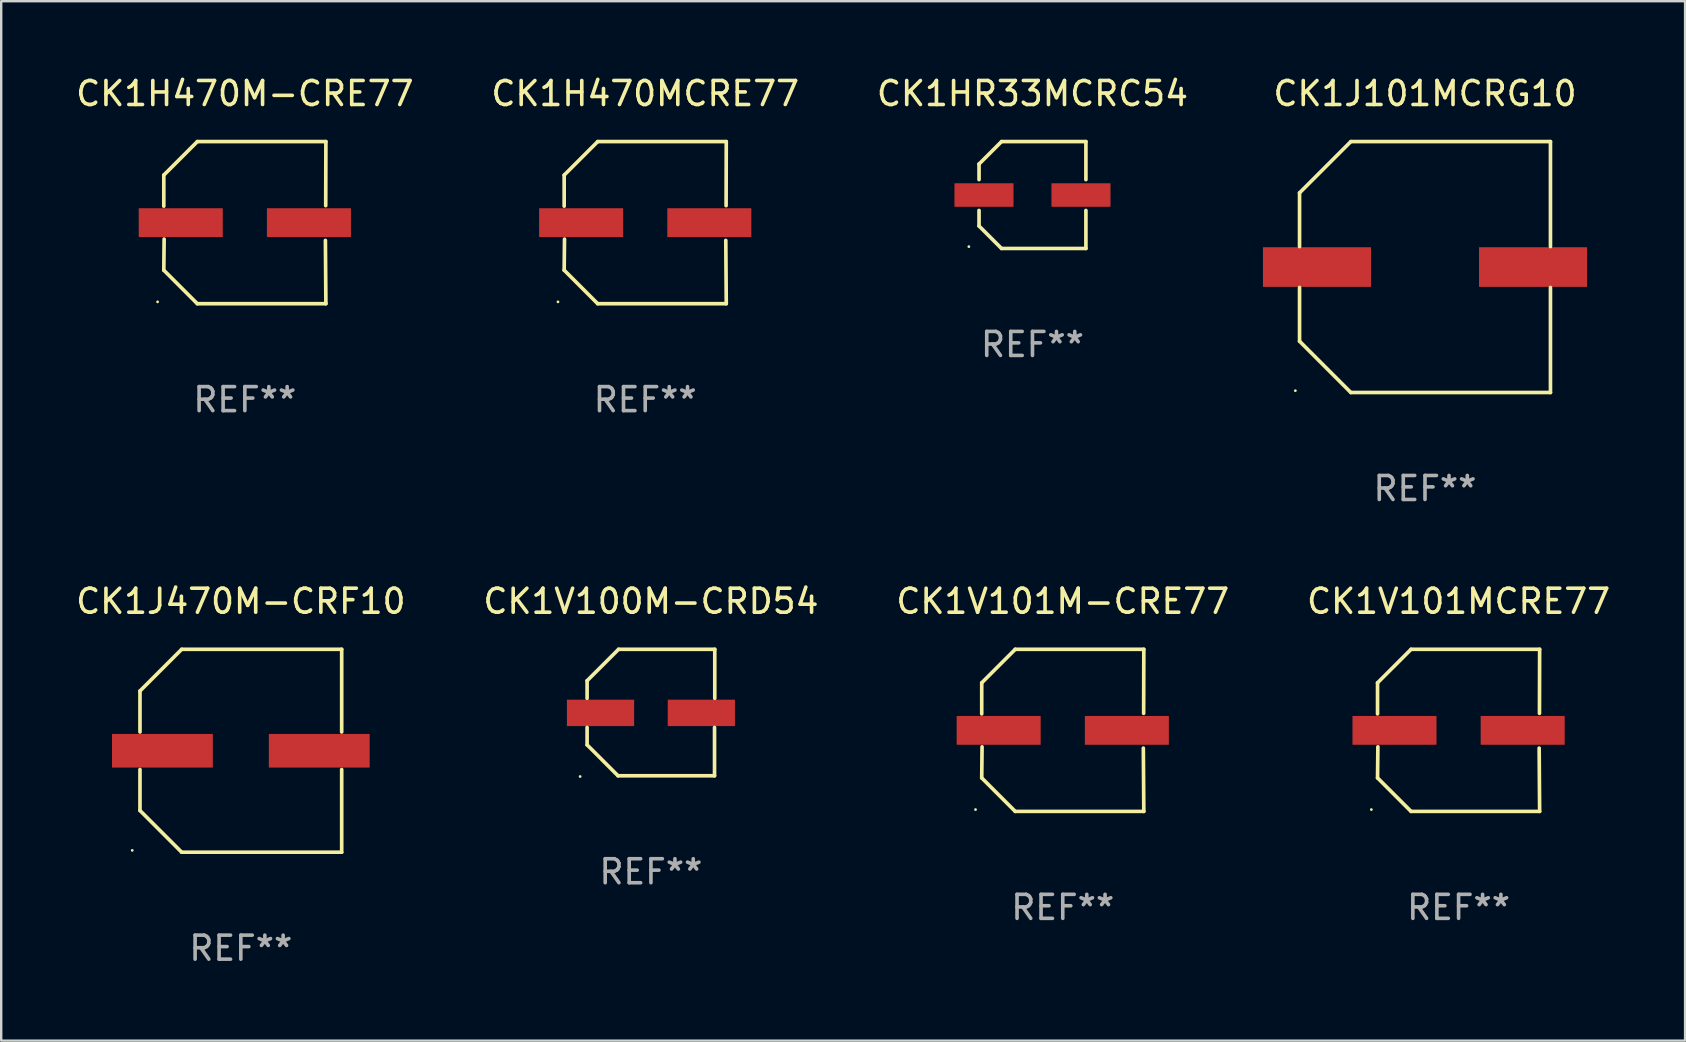
<source format=kicad_pcb>
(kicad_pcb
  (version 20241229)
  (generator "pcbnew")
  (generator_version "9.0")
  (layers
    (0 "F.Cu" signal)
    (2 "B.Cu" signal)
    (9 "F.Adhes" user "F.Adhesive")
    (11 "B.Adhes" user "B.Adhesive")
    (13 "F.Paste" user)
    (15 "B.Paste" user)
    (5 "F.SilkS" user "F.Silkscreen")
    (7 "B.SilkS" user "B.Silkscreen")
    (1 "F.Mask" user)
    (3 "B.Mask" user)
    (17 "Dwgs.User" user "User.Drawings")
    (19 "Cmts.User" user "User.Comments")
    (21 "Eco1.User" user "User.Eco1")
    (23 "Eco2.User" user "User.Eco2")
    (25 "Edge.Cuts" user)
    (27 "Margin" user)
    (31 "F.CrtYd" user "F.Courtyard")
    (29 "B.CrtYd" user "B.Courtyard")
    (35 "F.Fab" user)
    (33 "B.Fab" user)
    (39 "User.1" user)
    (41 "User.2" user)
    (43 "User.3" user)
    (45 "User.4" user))
  (footprint "CK1H470M-CRE77"
    (layer "F.Cu")
    (at 7.149 6.224)
    (property "Reference" "CK1H470M-CRE77" (at 0 -5.376 0) (layer "F.SilkS") (effects (font (size 1 1) (thickness 0.15))))
    (attr through_hole)
    (fp_line (start -3.376 -1.98) (end -3.376 -0.686) (stroke (width 0.152) (type solid)) (layer "F.SilkS"))
    (fp_line (start -3.376 1.981) (end -3.362 0.686) (stroke (width 0.152) (type solid)) (layer "F.SilkS"))
    (fp_line (start -1.981 3.376) (end -3.376 1.981) (stroke (width 0.152) (type solid)) (layer "F.SilkS"))
    (fp_line (start -1.98 -3.376) (end -3.376 -1.98) (stroke (width 0.152) (type solid)) (layer "F.SilkS"))
    (fp_line (start 3.356 0.74) (end 3.376 3.376) (stroke (width 0.152) (type solid)) (layer "F.SilkS"))
    (fp_line (start 3.369 -0.707) (end 3.376 -3.376) (stroke (width 0.152) (type solid)) (layer "F.SilkS"))
    (fp_line (start 3.376 3.376) (end -1.981 3.376) (stroke (width 0.152) (type solid)) (layer "F.SilkS"))
    (fp_line (start 3.376 -3.376) (end -1.98 -3.376) (stroke (width 0.152) (type solid)) (layer "F.SilkS"))
    (fp_circle (center -3.634 3.3) (end -3.604 3.3) (stroke (width 0.06) (type solid)) (fill no) (layer "F.SilkS"))
    (fp_text user "REF**" (at 0 7.376 0) (layer "F.Fab") (effects (font (size 1 1) (thickness 0.15))))
    (pad "1" smd rect (at -2.67 0.000254) (size 3.5 1.2) (layers "F.Cu" "F.Mask" "F.Paste"))
    (pad "2" smd rect (at 2.67 0.000254) (size 3.5 1.2) (layers "F.Cu" "F.Mask" "F.Paste")))
  (footprint "CK1J101MCRG10"
    (layer "F.Cu")
    (at 56.309 8.074)
    (property "Reference" "CK1J101MCRG10" (at 0 -7.226 0) (layer "F.SilkS") (effects (font (size 1 1) (thickness 0.15))))
    (attr through_hole)
    (fp_line (start -5.226 -3.09) (end -5.226 -0.852) (stroke (width 0.152) (type solid)) (layer "F.SilkS"))
    (fp_line (start -5.226 3.09) (end -5.226 0.852) (stroke (width 0.152) (type solid)) (layer "F.SilkS"))
    (fp_line (start -3.09 -5.226) (end -5.226 -3.09) (stroke (width 0.152) (type solid)) (layer "F.SilkS"))
    (fp_line (start -3.09 5.226) (end -5.226 3.09) (stroke (width 0.152) (type solid)) (layer "F.SilkS"))
    (fp_line (start 5.226 -5.226) (end -3.09 -5.226) (stroke (width 0.152) (type solid)) (layer "F.SilkS"))
    (fp_line (start 5.226 -0.852) (end 5.226 -5.226) (stroke (width 0.152) (type solid)) (layer "F.SilkS"))
    (fp_line (start 5.226 0.852) (end 5.226 5.226) (stroke (width 0.152) (type solid)) (layer "F.SilkS"))
    (fp_line (start 5.226 5.226) (end -3.09 5.226) (stroke (width 0.152) (type solid)) (layer "F.SilkS"))
    (fp_circle (center -5.401 5.15) (end -5.371 5.15) (stroke (width 0.06) (type solid)) (fill no) (layer "F.SilkS"))
    (fp_text user "REF**" (at 0 9.226 0) (layer "F.Fab") (effects (font (size 1 1) (thickness 0.15))))
    (pad "1" smd rect (at -4.5 0) (size 4.5 1.65) (layers "F.Cu" "F.Mask" "F.Paste"))
    (pad "2" smd rect (at 4.5 0) (size 4.5 1.65) (layers "F.Cu" "F.Mask" "F.Paste")))
  (footprint "CK1J470M-CRF10"
    (layer "F.Cu")
    (at 6.982 28.223)
    (property "Reference" "CK1J470M-CRF10" (at 0 -6.226 0) (layer "F.SilkS") (effects (font (size 1 1) (thickness 0.15))))
    (attr through_hole)
    (fp_line (start -4.201 -2.49) (end -4.201 -0.782) (stroke (width 0.152) (type solid)) (layer "F.SilkS"))
    (fp_line (start -4.201 2.49) (end -4.201 0.782) (stroke (width 0.152) (type solid)) (layer "F.SilkS"))
    (fp_line (start -2.465 -4.226) (end -4.201 -2.49) (stroke (width 0.152) (type solid)) (layer "F.SilkS"))
    (fp_line (start -2.465 4.226) (end -4.201 2.49) (stroke (width 0.152) (type solid)) (layer "F.SilkS"))
    (fp_line (start 4.201 -4.226) (end -2.465 -4.226) (stroke (width 0.152) (type solid)) (layer "F.SilkS"))
    (fp_line (start 4.201 -0.782) (end 4.201 -4.226) (stroke (width 0.152) (type solid)) (layer "F.SilkS"))
    (fp_line (start 4.201 0.782) (end 4.201 4.226) (stroke (width 0.152) (type solid)) (layer "F.SilkS"))
    (fp_line (start 4.201 4.226) (end -2.465 4.226) (stroke (width 0.152) (type solid)) (layer "F.SilkS"))
    (fp_circle (center -4.524 4.15) (end -4.494 4.15) (stroke (width 0.06) (type solid)) (fill no) (layer "F.SilkS"))
    (fp_text user "REF**" (at 0 8.226 0) (layer "F.Fab") (effects (font (size 1 1) (thickness 0.15))))
    (pad "1" smd rect (at -3.267 0) (size 4.2 1.4) (layers "F.Cu" "F.Mask" "F.Paste"))
    (pad "2" smd rect (at 3.267 0) (size 4.2 1.4) (layers "F.Cu" "F.Mask" "F.Paste")))
  (footprint "CK1V100M-CRD54"
    (layer "F.Cu")
    (at 24.065 26.631)
    (property "Reference" "CK1V100M-CRD54" (at 0 -4.634 0) (layer "F.SilkS") (effects (font (size 1 1) (thickness 0.15))))
    (attr through_hole)
    (fp_line (start -2.659 -1.326) (end -2.659 -0.592) (stroke (width 0.152) (type solid)) (layer "F.SilkS"))
    (fp_line (start -2.659 1.346) (end -2.659 0.622) (stroke (width 0.152) (type solid)) (layer "F.SilkS"))
    (fp_line (start -1.372 2.634) (end -2.659 1.346) (stroke (width 0.152) (type solid)) (layer "F.SilkS"))
    (fp_line (start -1.349 -2.634) (end -2.659 -1.326) (stroke (width 0.152) (type solid)) (layer "F.SilkS"))
    (fp_line (start 2.649 0.622) (end 2.649 2.634) (stroke (width 0.152) (type solid)) (layer "F.SilkS"))
    (fp_line (start 2.649 2.634) (end -1.372 2.634) (stroke (width 0.152) (type solid)) (layer "F.SilkS"))
    (fp_line (start 2.659 -2.634) (end -1.349 -2.634) (stroke (width 0.152) (type solid)) (layer "F.SilkS"))
    (fp_line (start 2.659 -0.592) (end 2.659 -2.634) (stroke (width 0.152) (type solid)) (layer "F.SilkS"))
    (fp_circle (center -2.95 2.665) (end -2.92 2.665) (stroke (width 0.06) (type solid)) (fill no) (layer "F.SilkS"))
    (fp_text user "REF**" (at 0 6.634 0) (layer "F.Fab") (effects (font (size 1 1) (thickness 0.15))))
    (pad "1" smd rect (at -2.1 0.015) (size 2.8 1.1) (layers "F.Cu" "F.Mask" "F.Paste"))
    (pad "2" smd rect (at 2.1 0.015) (size 2.8 1.1) (layers "F.Cu" "F.Mask" "F.Paste")))
  (footprint "CK1H470MCRE77"
    (layer "F.Cu")
    (at 23.827 6.224)
    (property "Reference" "CK1H470MCRE77" (at 0 -5.376 0) (layer "F.SilkS") (effects (font (size 1 1) (thickness 0.15))))
    (attr through_hole)
    (fp_line (start -3.376 -1.98) (end -3.376 -0.686) (stroke (width 0.152) (type solid)) (layer "F.SilkS"))
    (fp_line (start -3.376 1.981) (end -3.362 0.686) (stroke (width 0.152) (type solid)) (layer "F.SilkS"))
    (fp_line (start -1.981 3.376) (end -3.376 1.981) (stroke (width 0.152) (type solid)) (layer "F.SilkS"))
    (fp_line (start -1.98 -3.376) (end -3.376 -1.98) (stroke (width 0.152) (type solid)) (layer "F.SilkS"))
    (fp_line (start 3.356 0.74) (end 3.376 3.376) (stroke (width 0.152) (type solid)) (layer "F.SilkS"))
    (fp_line (start 3.369 -0.707) (end 3.376 -3.376) (stroke (width 0.152) (type solid)) (layer "F.SilkS"))
    (fp_line (start 3.376 3.376) (end -1.981 3.376) (stroke (width 0.152) (type solid)) (layer "F.SilkS"))
    (fp_line (start 3.376 -3.376) (end -1.98 -3.376) (stroke (width 0.152) (type solid)) (layer "F.SilkS"))
    (fp_circle (center -3.634 3.3) (end -3.604 3.3) (stroke (width 0.06) (type solid)) (fill no) (layer "F.SilkS"))
    (fp_text user "REF**" (at 0 7.376 0) (layer "F.Fab") (effects (font (size 1 1) (thickness 0.15))))
    (pad "1" smd rect (at -2.67 0.000254) (size 3.5 1.2) (layers "F.Cu" "F.Mask" "F.Paste"))
    (pad "2" smd rect (at 2.67 0.000254) (size 3.5 1.2) (layers "F.Cu" "F.Mask" "F.Paste")))
  (footprint "CK1V101MCRE77"
    (layer "F.Cu")
    (at 57.708 27.373)
    (property "Reference" "CK1V101MCRE77" (at 0 -5.376 0) (layer "F.SilkS") (effects (font (size 1 1) (thickness 0.15))))
    (attr through_hole)
    (fp_line (start -3.376 -1.98) (end -3.376 -0.686) (stroke (width 0.152) (type solid)) (layer "F.SilkS"))
    (fp_line (start -3.376 1.981) (end -3.362 0.686) (stroke (width 0.152) (type solid)) (layer "F.SilkS"))
    (fp_line (start -1.981 3.376) (end -3.376 1.981) (stroke (width 0.152) (type solid)) (layer "F.SilkS"))
    (fp_line (start -1.98 -3.376) (end -3.376 -1.98) (stroke (width 0.152) (type solid)) (layer "F.SilkS"))
    (fp_line (start 3.356 0.74) (end 3.376 3.376) (stroke (width 0.152) (type solid)) (layer "F.SilkS"))
    (fp_line (start 3.369 -0.707) (end 3.376 -3.376) (stroke (width 0.152) (type solid)) (layer "F.SilkS"))
    (fp_line (start 3.376 3.376) (end -1.981 3.376) (stroke (width 0.152) (type solid)) (layer "F.SilkS"))
    (fp_line (start 3.376 -3.376) (end -1.98 -3.376) (stroke (width 0.152) (type solid)) (layer "F.SilkS"))
    (fp_circle (center -3.634 3.3) (end -3.604 3.3) (stroke (width 0.06) (type solid)) (fill no) (layer "F.SilkS"))
    (fp_text user "REF**" (at 0 7.376 0) (layer "F.Fab") (effects (font (size 1 1) (thickness 0.15))))
    (pad "1" smd rect (at -2.67 0.000254) (size 3.5 1.2) (layers "F.Cu" "F.Mask" "F.Paste"))
    (pad "2" smd rect (at 2.67 0.000254) (size 3.5 1.2) (layers "F.Cu" "F.Mask" "F.Paste")))
  (footprint "CK1HR33MCRC54"
    (layer "F.Cu")
    (at 39.958 5.074)
    (property "Reference" "CK1HR33MCRC54" (at 0 -4.226 0) (layer "F.SilkS") (effects (font (size 1 1) (thickness 0.15))))
    (attr through_hole)
    (fp_line (start -2.226 -1.29) (end -1.29 -2.226) (stroke (width 0.152) (type solid)) (layer "F.SilkS"))
    (fp_line (start -2.226 -0.642) (end -2.226 -1.29) (stroke (width 0.152) (type solid)) (layer "F.SilkS"))
    (fp_line (start -2.226 0.642) (end -2.226 1.29) (stroke (width 0.152) (type solid)) (layer "F.SilkS"))
    (fp_line (start -2.226 1.29) (end -1.29 2.226) (stroke (width 0.152) (type solid)) (layer "F.SilkS"))
    (fp_line (start -1.29 -2.226) (end 2.226 -2.226) (stroke (width 0.152) (type solid)) (layer "F.SilkS"))
    (fp_line (start -1.29 2.226) (end 2.226 2.226) (stroke (width 0.152) (type solid)) (layer "F.SilkS"))
    (fp_line (start 2.226 -2.226) (end 2.226 -0.642) (stroke (width 0.152) (type solid)) (layer "F.SilkS"))
    (fp_line (start 2.226 2.226) (end 2.226 0.642) (stroke (width 0.152) (type solid)) (layer "F.SilkS"))
    (fp_circle (center -2.65 2.15) (end -2.62 2.15) (stroke (width 0.06) (type solid)) (fill no) (layer "F.SilkS"))
    (fp_text user "REF**" (at 0 6.226 0) (layer "F.Fab") (effects (font (size 1 1) (thickness 0.15))))
    (pad "1" smd rect (at -2.02 -0.000013) (size 2.46 0.98) (layers "F.Cu" "F.Mask" "F.Paste"))
    (pad "2" smd rect (at 2.02 -0.000013) (size 2.46 0.98) (layers "F.Cu" "F.Mask" "F.Paste")))
  (footprint "CK1V101M-CRE77"
    (layer "F.Cu")
    (at 41.22 27.373)
    (property "Reference" "CK1V101M-CRE77" (at 0 -5.376 0) (layer "F.SilkS") (effects (font (size 1 1) (thickness 0.15))))
    (attr through_hole)
    (fp_line (start -3.376 -1.98) (end -3.376 -0.686) (stroke (width 0.152) (type solid)) (layer "F.SilkS"))
    (fp_line (start -3.376 1.981) (end -3.362 0.686) (stroke (width 0.152) (type solid)) (layer "F.SilkS"))
    (fp_line (start -1.981 3.376) (end -3.376 1.981) (stroke (width 0.152) (type solid)) (layer "F.SilkS"))
    (fp_line (start -1.98 -3.376) (end -3.376 -1.98) (stroke (width 0.152) (type solid)) (layer "F.SilkS"))
    (fp_line (start 3.356 0.74) (end 3.376 3.376) (stroke (width 0.152) (type solid)) (layer "F.SilkS"))
    (fp_line (start 3.369 -0.707) (end 3.376 -3.376) (stroke (width 0.152) (type solid)) (layer "F.SilkS"))
    (fp_line (start 3.376 3.376) (end -1.981 3.376) (stroke (width 0.152) (type solid)) (layer "F.SilkS"))
    (fp_line (start 3.376 -3.376) (end -1.98 -3.376) (stroke (width 0.152) (type solid)) (layer "F.SilkS"))
    (fp_circle (center -3.634 3.3) (end -3.604 3.3) (stroke (width 0.06) (type solid)) (fill no) (layer "F.SilkS"))
    (fp_text user "REF**" (at 0 7.376 0) (layer "F.Fab") (effects (font (size 1 1) (thickness 0.15))))
    (pad "1" smd rect (at -2.67 0.000254) (size 3.5 1.2) (layers "F.Cu" "F.Mask" "F.Paste"))
    (pad "2" smd rect (at 2.67 0.000254) (size 3.5 1.2) (layers "F.Cu" "F.Mask" "F.Paste")))
  (gr_rect
    (start -3 -3)
    (end 67.143 40.298)
    (stroke (width 0.1) (type default))
    (fill no)
    (layer "Edge.Cuts")))
</source>
